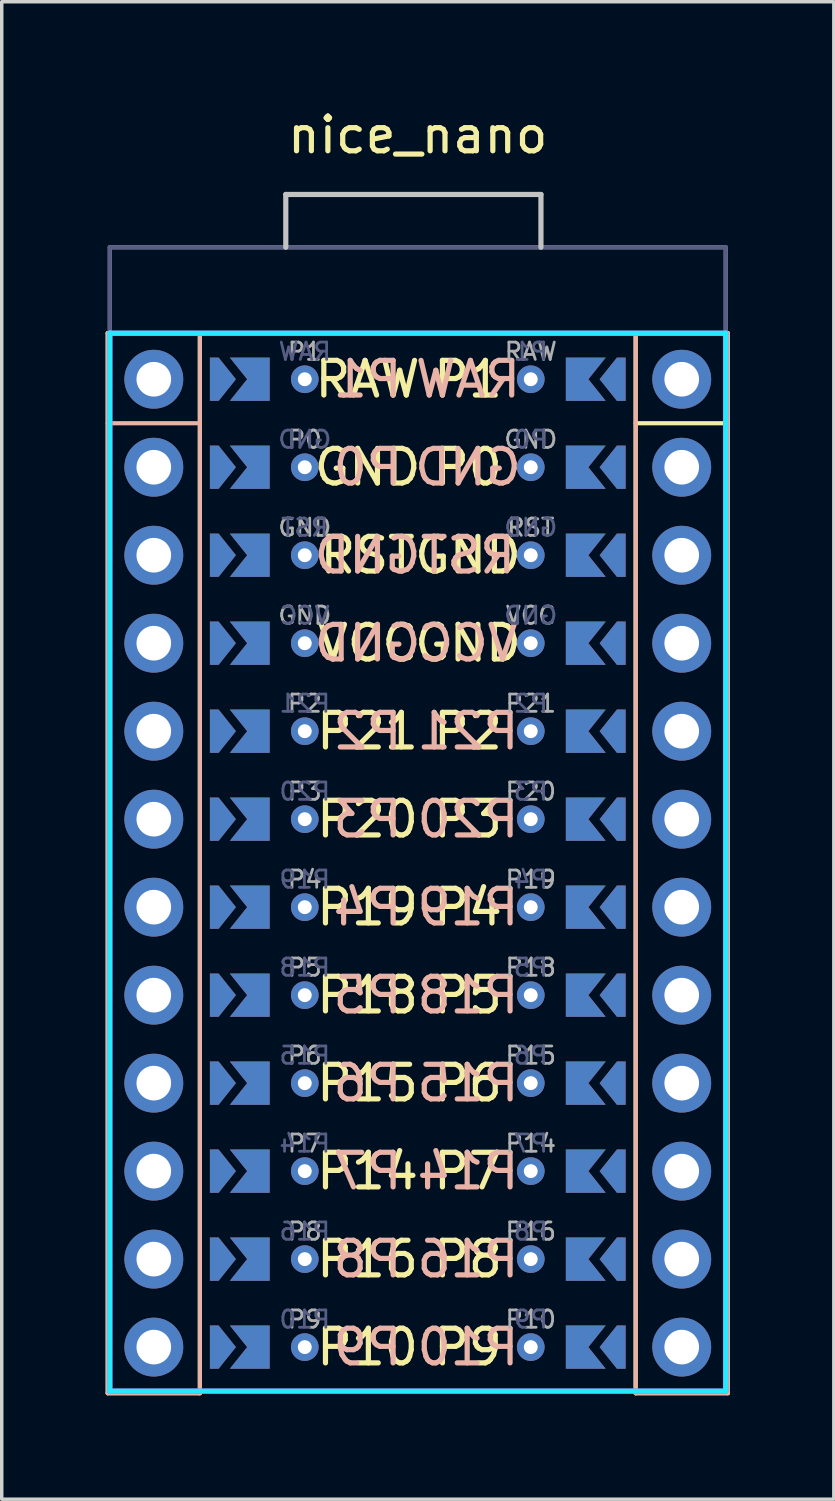
<source format=kicad_pcb>
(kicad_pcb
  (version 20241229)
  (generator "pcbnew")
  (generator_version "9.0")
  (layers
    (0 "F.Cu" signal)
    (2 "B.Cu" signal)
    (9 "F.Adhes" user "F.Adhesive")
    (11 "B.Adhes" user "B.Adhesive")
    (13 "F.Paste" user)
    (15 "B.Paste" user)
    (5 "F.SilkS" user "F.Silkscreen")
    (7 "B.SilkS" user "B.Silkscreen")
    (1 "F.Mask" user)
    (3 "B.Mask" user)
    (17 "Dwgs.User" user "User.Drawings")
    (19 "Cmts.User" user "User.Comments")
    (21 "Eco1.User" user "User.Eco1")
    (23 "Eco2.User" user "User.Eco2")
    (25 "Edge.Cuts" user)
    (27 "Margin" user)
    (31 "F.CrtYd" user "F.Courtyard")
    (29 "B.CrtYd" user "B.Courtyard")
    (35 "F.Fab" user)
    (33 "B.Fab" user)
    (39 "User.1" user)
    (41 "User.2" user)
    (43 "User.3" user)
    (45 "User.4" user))
  (footprint "nice_nano"
    (layer "F.Cu")
    (at 9.01 20.598)
    (property "Reference" "nice_nano" (at 0 -19.75 0) (layer "F.SilkS") (effects (font (size 1 1) (thickness 0.15))))
    (attr through_hole)
    (fp_line (start -8.95 -14.03) (end -8.95 16.57) (stroke (width 0.12) (type solid)) (layer "F.SilkS"))
    (fp_line (start -8.95 -14.03) (end -6.29 -14.03) (stroke (width 0.12) (type solid)) (layer "F.SilkS"))
    (fp_line (start -8.95 16.57) (end -6.29 16.57) (stroke (width 0.12) (type solid)) (layer "F.SilkS"))
    (fp_line (start -6.29 -14.03) (end -6.29 16.57) (stroke (width 0.12) (type solid)) (layer "F.SilkS"))
    (fp_line (start 6.29 -14.03) (end 6.29 16.57) (stroke (width 0.12) (type solid)) (layer "F.SilkS"))
    (fp_line (start 6.29 -14.03) (end 8.95 -14.03) (stroke (width 0.12) (type solid)) (layer "F.SilkS"))
    (fp_line (start 6.29 -11.43) (end 8.95 -11.43) (stroke (width 0.12) (type solid)) (layer "F.SilkS"))
    (fp_line (start 6.29 16.57) (end 8.95 16.57) (stroke (width 0.12) (type solid)) (layer "F.SilkS"))
    (fp_line (start 8.95 -14.03) (end 8.95 16.57) (stroke (width 0.12) (type solid)) (layer "F.SilkS"))
    (fp_line (start -8.95 -14.03) (end -8.95 16.57) (stroke (width 0.12) (type solid)) (layer "B.SilkS"))
    (fp_line (start -8.95 -11.43) (end -6.29 -11.43) (stroke (width 0.12) (type solid)) (layer "B.SilkS"))
    (fp_line (start -6.29 -14.03) (end -8.95 -14.03) (stroke (width 0.12) (type solid)) (layer "B.SilkS"))
    (fp_line (start -6.29 -14.03) (end -6.29 16.57) (stroke (width 0.12) (type solid)) (layer "B.SilkS"))
    (fp_line (start -6.29 16.57) (end -8.95 16.57) (stroke (width 0.12) (type solid)) (layer "B.SilkS"))
    (fp_line (start 6.29 -14.03) (end 6.29 16.57) (stroke (width 0.12) (type solid)) (layer "B.SilkS"))
    (fp_line (start 8.95 -14.03) (end 6.29 -14.03) (stroke (width 0.12) (type solid)) (layer "B.SilkS"))
    (fp_line (start 8.95 -14.03) (end 8.95 16.57) (stroke (width 0.12) (type solid)) (layer "B.SilkS"))
    (fp_line (start 8.95 16.57) (end 6.29 16.57) (stroke (width 0.12) (type solid)) (layer "B.SilkS"))
    (fp_line (start -3.81 -18.034) (end 3.556 -18.034) (stroke (width 0.15) (type solid)) (layer "Dwgs.User"))
    (fp_line (start -3.81 -16.51) (end -3.81 -18.034) (stroke (width 0.15) (type solid)) (layer "Dwgs.User"))
    (fp_line (start 3.556 -18.034) (end 3.556 -16.51) (stroke (width 0.15) (type solid)) (layer "Dwgs.User"))
    (fp_line (start -8.89 -14.03) (end 8.89 -14.03) (stroke (width 0.15) (type solid)) (layer "B.CrtYd"))
    (fp_line (start -8.89 16.51) (end -8.89 -14.03) (stroke (width 0.15) (type solid)) (layer "B.CrtYd"))
    (fp_line (start 8.89 -14.03) (end 8.89 16.51) (stroke (width 0.15) (type solid)) (layer "B.CrtYd"))
    (fp_line (start 8.89 16.51) (end -8.89 16.51) (stroke (width 0.15) (type solid)) (layer "B.CrtYd"))
    (fp_line (start -8.89 -14.03) (end -8.89 16.51) (stroke (width 0.15) (type solid)) (layer "F.CrtYd"))
    (fp_line (start -8.89 16.51) (end 8.89 16.51) (stroke (width 0.15) (type solid)) (layer "F.CrtYd"))
    (fp_line (start 8.89 -14.03) (end -8.89 -14.03) (stroke (width 0.15) (type solid)) (layer "F.CrtYd"))
    (fp_line (start 8.89 16.51) (end 8.89 -14.03) (stroke (width 0.15) (type solid)) (layer "F.CrtYd"))
    (fp_line (start -8.89 -16.51) (end 8.89 -16.51) (stroke (width 0.12) (type solid)) (layer "B.Fab"))
    (fp_line (start -8.89 -16.5) (end -8.89 -13.99) (stroke (width 0.12) (type solid)) (layer "B.Fab"))
    (fp_line (start 8.89 -16.51) (end 8.89 -14) (stroke (width 0.12) (type solid)) (layer "B.Fab"))
    (fp_line (start -8.89 -16.51) (end -8.89 -14) (stroke (width 0.12) (type solid)) (layer "F.Fab"))
    (fp_line (start -8.89 -16.51) (end 8.89 -16.51) (stroke (width 0.12) (type solid)) (layer "F.Fab"))
    (fp_line (start 8.89 -16.51) (end 8.89 -14) (stroke (width 0.12) (type solid)) (layer "F.Fab"))
    (fp_text user "P6" (at 1.45 7.62 0) (layer "F.SilkS") (effects (font (size 1 1) (thickness 0.15))))
    (fp_text user "RST" (at -1.45 -7.62 0) (layer "F.SilkS") (effects (font (size 1 1) (thickness 0.15))))
    (fp_text user "P1" (at 1.45 -12.7 0) (layer "F.SilkS") (effects (font (size 1 1) (thickness 0.15))))
    (fp_text user "RAW" (at -1.45 -12.7 0) (layer "F.SilkS") (effects (font (size 1 1) (thickness 0.15))))
    (fp_text user "VCC" (at -1.45 -5.08 0) (layer "F.SilkS") (effects (font (size 1 1) (thickness 0.15))))
    (fp_text user "P4" (at 1.45 2.54 0) (layer "F.SilkS") (effects (font (size 1 1) (thickness 0.15))))
    (fp_text user "P15" (at -1.45 7.62 0) (layer "F.SilkS") (effects (font (size 1 1) (thickness 0.15))))
    (fp_text user "P14" (at -1.45 10.16 0) (layer "F.SilkS") (effects (font (size 1 1) (thickness 0.15))))
    (fp_text user "GND" (at 1.45 -5.08 0) (layer "F.SilkS") (effects (font (size 1 1) (thickness 0.15))))
    (fp_text user "P7" (at 1.45 10.16 0) (layer "F.SilkS") (effects (font (size 1 1) (thickness 0.15))))
    (fp_text user "P3" (at 1.45 0 0) (layer "F.SilkS") (effects (font (size 1 1) (thickness 0.15))))
    (fp_text user "P10" (at -1.45 15.24 0) (layer "F.SilkS") (effects (font (size 1 1) (thickness 0.15))))
    (fp_text user "" (at -1.45 1.27 270) (layer "F.SilkS") (effects (font (size 1.27 1.27) (thickness 0.15))))
    (fp_text user "P5" (at 1.45 5.08 0) (layer "F.SilkS") (effects (font (size 1 1) (thickness 0.15))))
    (fp_text user "GND" (at -1.45 -10.16 0) (layer "F.SilkS") (effects (font (size 1 1) (thickness 0.15))))
    (fp_text user "P9" (at 1.45 15.24 0) (layer "F.SilkS") (effects (font (size 1 1) (thickness 0.15))))
    (fp_text user "P19" (at -1.45 2.54 0) (layer "F.SilkS") (effects (font (size 1 1) (thickness 0.15))))
    (fp_text user "P2" (at 1.45 -2.54 0) (layer "F.SilkS") (effects (font (size 1 1) (thickness 0.15))))
    (fp_text user "P18" (at -1.45 5.08 0) (layer "F.SilkS") (effects (font (size 1 1) (thickness 0.15))))
    (fp_text user "P8" (at 1.45 12.7 0) (layer "F.SilkS") (effects (font (size 1 1) (thickness 0.15))))
    (fp_text user "P16" (at -1.45 12.7 0) (layer "F.SilkS") (effects (font (size 1 1) (thickness 0.15))))
    (fp_text user "GND" (at 1.45 -7.62 0) (layer "F.SilkS") (effects (font (size 1 1) (thickness 0.15))))
    (fp_text user "P21" (at -1.45 -2.54 0) (layer "F.SilkS") (effects (font (size 1 1) (thickness 0.15))))
    (fp_text user "P20" (at -1.45 0 0) (layer "F.SilkS") (effects (font (size 1 1) (thickness 0.15))))
    (fp_text user "P0" (at 1.45 -10.16 0) (layer "F.SilkS") (effects (font (size 1 1) (thickness 0.15))))
    (fp_text user "P10" (at 1.45 15.24 180) (layer "B.SilkS") (effects (font (size 1 1) (thickness 0.15)) (justify mirror)))
    (fp_text user "VCC" (at 1.45 -5.08 180) (layer "B.SilkS") (effects (font (size 1 1) (thickness 0.15)) (justify mirror)))
    (fp_text user "P16" (at 1.45 12.7 180) (layer "B.SilkS") (effects (font (size 1 1) (thickness 0.15)) (justify mirror)))
    (fp_text user "RST" (at 1.45 -7.62 180) (layer "B.SilkS") (effects (font (size 1 1) (thickness 0.15)) (justify mirror)))
    (fp_text user "P19" (at 1.45 2.54 180) (layer "B.SilkS") (effects (font (size 1 1) (thickness 0.15)) (justify mirror)))
    (fp_text user "P6" (at -1.45 7.62 180) (layer "B.SilkS") (effects (font (size 1 1) (thickness 0.15)) (justify mirror)))
    (fp_text user "P14" (at 1.45 10.16 180) (layer "B.SilkS") (effects (font (size 1 1) (thickness 0.15)) (justify mirror)))
    (fp_text user "P3" (at -1.45 0 180) (layer "B.SilkS") (effects (font (size 1 1) (thickness 0.15)) (justify mirror)))
    (fp_text user "P9" (at -1.45 15.24 180) (layer "B.SilkS") (effects (font (size 1 1) (thickness 0.15)) (justify mirror)))
    (fp_text user "GND" (at 1.45 -10.16 180) (layer "B.SilkS") (effects (font (size 1 1) (thickness 0.15)) (justify mirror)))
    (fp_text user "" (at 1.45 1.27 270) (layer "B.SilkS") (effects (font (size 1.27 1.27) (thickness 0.15)) (justify mirror)))
    (fp_text user "P0" (at -1.45 -10.16 180) (layer "B.SilkS") (effects (font (size 1 1) (thickness 0.15)) (justify mirror)))
    (fp_text user "P21" (at 1.45 -2.54 180) (layer "B.SilkS") (effects (font (size 1 1) (thickness 0.15)) (justify mirror)))
    (fp_text user "GND" (at -1.45 -7.62 0) (layer "B.SilkS") (effects (font (size 1 1) (thickness 0.15)) (justify mirror)))
    (fp_text user "P2" (at -1.45 -2.54 180) (layer "B.SilkS") (effects (font (size 1 1) (thickness 0.15)) (justify mirror)))
    (fp_text user "P4" (at -1.45 2.54 180) (layer "B.SilkS") (effects (font (size 1 1) (thickness 0.15)) (justify mirror)))
    (fp_text user "P5" (at -1.45 5.08 180) (layer "B.SilkS") (effects (font (size 1 1) (thickness 0.15)) (justify mirror)))
    (fp_text user "P8" (at -1.45 12.7 180) (layer "B.SilkS") (effects (font (size 1 1) (thickness 0.15)) (justify mirror)))
    (fp_text user "RAW" (at 1.45 -12.7 180) (layer "B.SilkS") (effects (font (size 1 1) (thickness 0.15)) (justify mirror)))
    (fp_text user "P1" (at -1.45 -12.7 180) (layer "B.SilkS") (effects (font (size 1 1) (thickness 0.15)) (justify mirror)))
    (fp_text user "P20" (at 1.45 0 180) (layer "B.SilkS") (effects (font (size 1 1) (thickness 0.15)) (justify mirror)))
    (fp_text user "P7" (at -1.45 10.16 180) (layer "B.SilkS") (effects (font (size 1 1) (thickness 0.15)) (justify mirror)))
    (fp_text user "P18" (at 1.45 5.08 180) (layer "B.SilkS") (effects (font (size 1 1) (thickness 0.15)) (justify mirror)))
    (fp_text user "GND" (at -1.45 -5.08 0) (layer "B.SilkS") (effects (font (size 1 1) (thickness 0.15)) (justify mirror)))
    (fp_text user "P15" (at 1.45 7.62 180) (layer "B.SilkS") (effects (font (size 1 1) (thickness 0.15)) (justify mirror)))
    (fp_text user "VCC" (at -3.262 -5.88 180) (layer "B.Fab") (effects (font (size 0.5 0.5) (thickness 0.08)) (justify mirror)))
    (fp_text user "GND" (at 3.262 -5.88 180) (layer "B.Fab") (effects (font (size 0.5 0.5) (thickness 0.08)) (justify mirror)))
    (fp_text user "P9" (at 3.262 14.44 180) (layer "B.Fab") (effects (font (size 0.5 0.5) (thickness 0.08)) (justify mirror)))
    (fp_text user "P15" (at -3.262 6.82 180) (layer "B.Fab") (effects (font (size 0.5 0.5) (thickness 0.08)) (justify mirror)))
    (fp_text user "P4" (at 3.262 1.74 180) (layer "B.Fab") (effects (font (size 0.5 0.5) (thickness 0.08)) (justify mirror)))
    (fp_text user "P8" (at 3.262 11.9 180) (layer "B.Fab") (effects (font (size 0.5 0.5) (thickness 0.08)) (justify mirror)))
    (fp_text user "P2" (at 3.262 -3.34 180) (layer "B.Fab") (effects (font (size 0.5 0.5) (thickness 0.08)) (justify mirror)))
    (fp_text user "P14" (at -3.262 9.36 180) (layer "B.Fab") (effects (font (size 0.5 0.5) (thickness 0.08)) (justify mirror)))
    (fp_text user "GND" (at 3.262 -8.42 180) (layer "B.Fab") (effects (font (size 0.5 0.5) (thickness 0.08)) (justify mirror)))
    (fp_text user "RST" (at -3.262 -8.42 180) (layer "B.Fab") (effects (font (size 0.5 0.5) (thickness 0.08)) (justify mirror)))
    (fp_text user "P21" (at -3.262 -3.34 180) (layer "B.Fab") (effects (font (size 0.5 0.5) (thickness 0.08)) (justify mirror)))
    (fp_text user "RAW" (at -3.262 -13.5 180) (layer "B.Fab") (effects (font (size 0.5 0.5) (thickness 0.08)) (justify mirror)))
    (fp_text user "GND" (at -3.262 -10.96 180) (layer "B.Fab") (effects (font (size 0.5 0.5) (thickness 0.08)) (justify mirror)))
    (fp_text user "P0" (at 3.262 -10.96 180) (layer "B.Fab") (effects (font (size 0.5 0.5) (thickness 0.08)) (justify mirror)))
    (fp_text user "P10" (at -3.262 14.44 180) (layer "B.Fab") (effects (font (size 0.5 0.5) (thickness 0.08)) (justify mirror)))
    (fp_text user "P7" (at 3.262 9.36 180) (layer "B.Fab") (effects (font (size 0.5 0.5) (thickness 0.08)) (justify mirror)))
    (fp_text user "P6" (at 3.262 6.82 180) (layer "B.Fab") (effects (font (size 0.5 0.5) (thickness 0.08)) (justify mirror)))
    (fp_text user "P16" (at -3.262 11.9 180) (layer "B.Fab") (effects (font (size 0.5 0.5) (thickness 0.08)) (justify mirror)))
    (fp_text user "P3" (at 3.262 -0.8 180) (layer "B.Fab") (effects (font (size 0.5 0.5) (thickness 0.08)) (justify mirror)))
    (fp_text user "P19" (at -3.262 1.74 180) (layer "B.Fab") (effects (font (size 0.5 0.5) (thickness 0.08)) (justify mirror)))
    (fp_text user "P1" (at 3.262 -13.5 180) (layer "B.Fab") (effects (font (size 0.5 0.5) (thickness 0.08)) (justify mirror)))
    (fp_text user "P18" (at -3.262 4.28 180) (layer "B.Fab") (effects (font (size 0.5 0.5) (thickness 0.08)) (justify mirror)))
    (fp_text user "P5" (at 3.262 4.28 180) (layer "B.Fab") (effects (font (size 0.5 0.5) (thickness 0.08)) (justify mirror)))
    (fp_text user "P20" (at -3.262 -0.8 180) (layer "B.Fab") (effects (font (size 0.5 0.5) (thickness 0.08)) (justify mirror)))
    (fp_text user "P6" (at -3.262 6.82 0) (layer "F.Fab") (effects (font (size 0.5 0.5) (thickness 0.08))))
    (fp_text user "GND" (at 3.262 -10.96 0) (layer "F.Fab") (effects (font (size 0.5 0.5) (thickness 0.08))))
    (fp_text user "RAW" (at 3.262 -13.5 0) (layer "F.Fab") (effects (font (size 0.5 0.5) (thickness 0.08))))
    (fp_text user "P20" (at 3.262 -0.8 0) (layer "F.Fab") (effects (font (size 0.5 0.5) (thickness 0.08))))
    (fp_text user "P7" (at -3.262 9.36 0) (layer "F.Fab") (effects (font (size 0.5 0.5) (thickness 0.08))))
    (fp_text user "P15" (at 3.262 6.82 0) (layer "F.Fab") (effects (font (size 0.5 0.5) (thickness 0.08))))
    (fp_text user "GND" (at -3.262 -5.88 0) (layer "F.Fab") (effects (font (size 0.5 0.5) (thickness 0.08))))
    (fp_text user "P19" (at 3.262 1.74 0) (layer "F.Fab") (effects (font (size 0.5 0.5) (thickness 0.08))))
    (fp_text user "P4" (at -3.262 1.74 0) (layer "F.Fab") (effects (font (size 0.5 0.5) (thickness 0.08))))
    (fp_text user "P1" (at -3.262 -13.5 0) (layer "F.Fab") (effects (font (size 0.5 0.5) (thickness 0.08))))
    (fp_text user "P10" (at 3.262 14.44 0) (layer "F.Fab") (effects (font (size 0.5 0.5) (thickness 0.08))))
    (fp_text user "RST" (at 3.262 -8.42 0) (layer "F.Fab") (effects (font (size 0.5 0.5) (thickness 0.08))))
    (fp_text user "P0" (at -3.262 -10.96 0) (layer "F.Fab") (effects (font (size 0.5 0.5) (thickness 0.08))))
    (fp_text user "P18" (at 3.262 4.28 0) (layer "F.Fab") (effects (font (size 0.5 0.5) (thickness 0.08))))
    (fp_text user "P16" (at 3.262 11.9 0) (layer "F.Fab") (effects (font (size 0.5 0.5) (thickness 0.08))))
    (fp_text user "VCC" (at 3.262 -5.88 0) (layer "F.Fab") (effects (font (size 0.5 0.5) (thickness 0.08))))
    (fp_text user "GND" (at -3.262 -8.42 0) (layer "F.Fab") (effects (font (size 0.5 0.5) (thickness 0.08))))
    (fp_text user "P5" (at -3.262 4.28 0) (layer "F.Fab") (effects (font (size 0.5 0.5) (thickness 0.08))))
    (fp_text user "P9" (at -3.262 14.44 0) (layer "F.Fab") (effects (font (size 0.5 0.5) (thickness 0.08))))
    (fp_text user "P3" (at -3.262 -0.8 0) (layer "F.Fab") (effects (font (size 0.5 0.5) (thickness 0.08))))
    (fp_text user "P8" (at -3.262 11.9 0) (layer "F.Fab") (effects (font (size 0.5 0.5) (thickness 0.08))))
    (fp_text user "P2" (at -3.262 -3.34 0) (layer "F.Fab") (effects (font (size 0.5 0.5) (thickness 0.08))))
    (fp_text user "P21" (at 3.262 -3.34 0) (layer "F.Fab") (effects (font (size 0.5 0.5) (thickness 0.08))))
    (fp_text user "P14" (at 3.262 9.36 0) (layer "F.Fab") (effects (font (size 0.5 0.5) (thickness 0.08))))
    (pad "1" smd custom (at 5.5 -12.7 180) (size 0.2 0.2) (layers "F.Cu" "F.Mask") (options (anchor rect)) (primitives (gr_poly (pts (xy -0.5 -0.625) (xy -0.25 -0.625) (xy 0.25 0) (xy -0.25 0.625) (xy -0.5 0.625)) (width 0) (fill yes))))
    (pad "1" smd custom (at 5.5 -12.7 180) (size 0.2 0.2) (layers "B.Cu" "B.Mask") (options (anchor rect)) (primitives (gr_poly (pts (xy -0.5 0.625) (xy -0.25 0.625) (xy 0.25 0) (xy -0.25 -0.625) (xy -0.5 -0.625)) (width 0) (fill yes))))
    (pad "1" thru_hole circle (at 7.62 -12.7) (size 1.7 1.7) (drill 1) (layers "*.Cu" "*.Mask"))
    (pad "2" smd custom (at 5.5 -10.16 180) (size 0.2 0.2) (layers "F.Cu" "F.Mask") (options (anchor rect)) (primitives (gr_poly (pts (xy -0.5 -0.625) (xy -0.25 -0.625) (xy 0.25 0) (xy -0.25 0.625) (xy -0.5 0.625)) (width 0) (fill yes))))
    (pad "2" smd custom (at 5.5 -10.16 180) (size 0.2 0.2) (layers "B.Cu" "B.Mask") (options (anchor rect)) (primitives (gr_poly (pts (xy -0.5 0.625) (xy -0.25 0.625) (xy 0.25 0) (xy -0.25 -0.625) (xy -0.5 -0.625)) (width 0) (fill yes))))
    (pad "2" thru_hole oval (at 7.62 -10.16) (size 1.7 1.7) (drill 1) (layers "*.Cu" "*.Mask"))
    (pad "3" smd custom (at 5.5 -7.62 180) (size 0.2 0.2) (layers "F.Cu" "F.Mask") (options (anchor rect)) (primitives (gr_poly (pts (xy -0.5 -0.625) (xy -0.25 -0.625) (xy 0.25 0) (xy -0.25 0.625) (xy -0.5 0.625)) (width 0) (fill yes))))
    (pad "3" smd custom (at 5.5 -7.62 180) (size 0.2 0.2) (layers "B.Cu" "B.Mask") (options (anchor rect)) (primitives (gr_poly (pts (xy -0.5 0.625) (xy -0.25 0.625) (xy 0.25 0) (xy -0.25 -0.625) (xy -0.5 -0.625)) (width 0) (fill yes))))
    (pad "3" thru_hole oval (at 7.62 -7.62) (size 1.7 1.7) (drill 1) (layers "*.Cu" "*.Mask"))
    (pad "4" smd custom (at 5.5 -5.08 180) (size 0.2 0.2) (layers "F.Cu" "F.Mask") (options (anchor rect)) (primitives (gr_poly (pts (xy -0.5 -0.625) (xy -0.25 -0.625) (xy 0.25 0) (xy -0.25 0.625) (xy -0.5 0.625)) (width 0) (fill yes))))
    (pad "4" smd custom (at 5.5 -5.08 180) (size 0.2 0.2) (layers "B.Cu" "B.Mask") (options (anchor rect)) (primitives (gr_poly (pts (xy -0.5 0.625) (xy -0.25 0.625) (xy 0.25 0) (xy -0.25 -0.625) (xy -0.5 -0.625)) (width 0) (fill yes))))
    (pad "4" thru_hole oval (at 7.62 -5.08) (size 1.7 1.7) (drill 1) (layers "*.Cu" "*.Mask"))
    (pad "5" smd custom (at 5.5 -2.54 180) (size 0.2 0.2) (layers "F.Cu" "F.Mask") (options (anchor rect)) (primitives (gr_poly (pts (xy -0.5 -0.625) (xy -0.25 -0.625) (xy 0.25 0) (xy -0.25 0.625) (xy -0.5 0.625)) (width 0) (fill yes))))
    (pad "5" smd custom (at 5.5 -2.54 180) (size 0.2 0.2) (layers "B.Cu" "B.Mask") (options (anchor rect)) (primitives (gr_poly (pts (xy -0.5 0.625) (xy -0.25 0.625) (xy 0.25 0) (xy -0.25 -0.625) (xy -0.5 -0.625)) (width 0) (fill yes))))
    (pad "5" thru_hole oval (at 7.62 -2.54) (size 1.7 1.7) (drill 1) (layers "*.Cu" "*.Mask"))
    (pad "6" smd custom (at 5.5 0 180) (size 0.2 0.2) (layers "F.Cu" "F.Mask") (options (anchor rect)) (primitives (gr_poly (pts (xy -0.5 -0.625) (xy -0.25 -0.625) (xy 0.25 0) (xy -0.25 0.625) (xy -0.5 0.625)) (width 0) (fill yes))))
    (pad "6" smd custom (at 5.5 0 180) (size 0.2 0.2) (layers "B.Cu" "B.Mask") (options (anchor rect)) (primitives (gr_poly (pts (xy -0.5 0.625) (xy -0.25 0.625) (xy 0.25 0) (xy -0.25 -0.625) (xy -0.5 -0.625)) (width 0) (fill yes))))
    (pad "6" thru_hole oval (at 7.62 0) (size 1.7 1.7) (drill 1) (layers "*.Cu" "*.Mask"))
    (pad "7" smd custom (at 5.5 2.54 180) (size 0.2 0.2) (layers "F.Cu" "F.Mask") (options (anchor rect)) (primitives (gr_poly (pts (xy -0.5 -0.625) (xy -0.25 -0.625) (xy 0.25 0) (xy -0.25 0.625) (xy -0.5 0.625)) (width 0) (fill yes))))
    (pad "7" smd custom (at 5.5 2.54 180) (size 0.2 0.2) (layers "B.Cu" "B.Mask") (options (anchor rect)) (primitives (gr_poly (pts (xy -0.5 0.625) (xy -0.25 0.625) (xy 0.25 0) (xy -0.25 -0.625) (xy -0.5 -0.625)) (width 0) (fill yes))))
    (pad "7" thru_hole oval (at 7.62 2.54) (size 1.7 1.7) (drill 1) (layers "*.Cu" "*.Mask"))
    (pad "8" smd custom (at 5.5 5.08 180) (size 0.2 0.2) (layers "F.Cu" "F.Mask") (options (anchor rect)) (primitives (gr_poly (pts (xy -0.5 -0.625) (xy -0.25 -0.625) (xy 0.25 0) (xy -0.25 0.625) (xy -0.5 0.625)) (width 0) (fill yes))))
    (pad "8" smd custom (at 5.5 5.08 180) (size 0.2 0.2) (layers "B.Cu" "B.Mask") (options (anchor rect)) (primitives (gr_poly (pts (xy -0.5 0.625) (xy -0.25 0.625) (xy 0.25 0) (xy -0.25 -0.625) (xy -0.5 -0.625)) (width 0) (fill yes))))
    (pad "8" thru_hole oval (at 7.62 5.08) (size 1.7 1.7) (drill 1) (layers "*.Cu" "*.Mask"))
    (pad "9" smd custom (at 5.5 7.62 180) (size 0.2 0.2) (layers "F.Cu" "F.Mask") (options (anchor rect)) (primitives (gr_poly (pts (xy -0.5 -0.625) (xy -0.25 -0.625) (xy 0.25 0) (xy -0.25 0.625) (xy -0.5 0.625)) (width 0) (fill yes))))
    (pad "9" smd custom (at 5.5 7.62 180) (size 0.2 0.2) (layers "B.Cu" "B.Mask") (options (anchor rect)) (primitives (gr_poly (pts (xy -0.5 0.625) (xy -0.25 0.625) (xy 0.25 0) (xy -0.25 -0.625) (xy -0.5 -0.625)) (width 0) (fill yes))))
    (pad "9" thru_hole oval (at 7.62 7.62) (size 1.7 1.7) (drill 1) (layers "*.Cu" "*.Mask"))
    (pad "10" smd custom (at 5.5 10.16 180) (size 0.2 0.2) (layers "F.Cu" "F.Mask") (options (anchor rect)) (primitives (gr_poly (pts (xy -0.5 -0.625) (xy -0.25 -0.625) (xy 0.25 0) (xy -0.25 0.625) (xy -0.5 0.625)) (width 0) (fill yes))))
    (pad "10" smd custom (at 5.5 10.16 180) (size 0.2 0.2) (layers "B.Cu" "B.Mask") (options (anchor rect)) (primitives (gr_poly (pts (xy -0.5 0.625) (xy -0.25 0.625) (xy 0.25 0) (xy -0.25 -0.625) (xy -0.5 -0.625)) (width 0) (fill yes))))
    (pad "10" thru_hole oval (at 7.62 10.16) (size 1.7 1.7) (drill 1) (layers "*.Cu" "*.Mask"))
    (pad "11" smd custom (at 5.5 12.7 180) (size 0.2 0.2) (layers "F.Cu" "F.Mask") (options (anchor rect)) (primitives (gr_poly (pts (xy -0.5 -0.625) (xy -0.25 -0.625) (xy 0.25 0) (xy -0.25 0.625) (xy -0.5 0.625)) (width 0) (fill yes))))
    (pad "11" smd custom (at 5.5 12.7 180) (size 0.2 0.2) (layers "B.Cu" "B.Mask") (options (anchor rect)) (primitives (gr_poly (pts (xy -0.5 0.625) (xy -0.25 0.625) (xy 0.25 0) (xy -0.25 -0.625) (xy -0.5 -0.625)) (width 0) (fill yes))))
    (pad "11" thru_hole oval (at 7.62 12.7) (size 1.7 1.7) (drill 1) (layers "*.Cu" "*.Mask"))
    (pad "12" smd custom (at 5.5 15.24 180) (size 0.2 0.2) (layers "F.Cu" "F.Mask") (options (anchor rect)) (primitives (gr_poly (pts (xy -0.5 -0.625) (xy -0.25 -0.625) (xy 0.25 0) (xy -0.25 0.625) (xy -0.5 0.625)) (width 0) (fill yes))))
    (pad "12" smd custom (at 5.5 15.24 180) (size 0.2 0.2) (layers "B.Cu" "B.Mask") (options (anchor rect)) (primitives (gr_poly (pts (xy -0.5 0.625) (xy -0.25 0.625) (xy 0.25 0) (xy -0.25 -0.625) (xy -0.5 -0.625)) (width 0) (fill yes))))
    (pad "12" thru_hole oval (at 7.62 15.24) (size 1.7 1.7) (drill 1) (layers "*.Cu" "*.Mask"))
    (pad "13" thru_hole oval (at -7.62 15.24) (size 1.7 1.7) (drill 1) (layers "*.Cu" "*.Mask"))
    (pad "13" smd custom (at -5.5 15.24) (size 0.2 0.2) (layers "F.Cu" "F.Mask") (options (anchor rect)) (primitives (gr_poly (pts (xy -0.5 -0.625) (xy -0.25 -0.625) (xy 0.25 0) (xy -0.25 0.625) (xy -0.5 0.625)) (width 0) (fill yes))))
    (pad "13" smd custom (at -5.5 15.24) (size 0.2 0.2) (layers "B.Cu" "B.Mask") (options (anchor rect)) (primitives (gr_poly (pts (xy -0.5 0.625) (xy -0.25 0.625) (xy 0.25 0) (xy -0.25 -0.625) (xy -0.5 -0.625)) (width 0) (fill yes))))
    (pad "14" thru_hole oval (at -7.62 12.7) (size 1.7 1.7) (drill 1) (layers "*.Cu" "*.Mask"))
    (pad "14" smd custom (at -5.5 12.7) (size 0.2 0.2) (layers "F.Cu" "F.Mask") (options (anchor rect)) (primitives (gr_poly (pts (xy -0.5 -0.625) (xy -0.25 -0.625) (xy 0.25 0) (xy -0.25 0.625) (xy -0.5 0.625)) (width 0) (fill yes))))
    (pad "14" smd custom (at -5.5 12.7) (size 0.2 0.2) (layers "B.Cu" "B.Mask") (options (anchor rect)) (primitives (gr_poly (pts (xy -0.5 0.625) (xy -0.25 0.625) (xy 0.25 0) (xy -0.25 -0.625) (xy -0.5 -0.625)) (width 0) (fill yes))))
    (pad "15" thru_hole oval (at -7.62 10.16) (size 1.7 1.7) (drill 1) (layers "*.Cu" "*.Mask"))
    (pad "15" smd custom (at -5.5 10.16) (size 0.2 0.2) (layers "F.Cu" "F.Mask") (options (anchor rect)) (primitives (gr_poly (pts (xy -0.5 -0.625) (xy -0.25 -0.625) (xy 0.25 0) (xy -0.25 0.625) (xy -0.5 0.625)) (width 0) (fill yes))))
    (pad "15" smd custom (at -5.5 10.16) (size 0.2 0.2) (layers "B.Cu" "B.Mask") (options (anchor rect)) (primitives (gr_poly (pts (xy -0.5 0.625) (xy -0.25 0.625) (xy 0.25 0) (xy -0.25 -0.625) (xy -0.5 -0.625)) (width 0) (fill yes))))
    (pad "16" thru_hole oval (at -7.62 7.62) (size 1.7 1.7) (drill 1) (layers "*.Cu" "*.Mask"))
    (pad "16" smd custom (at -5.5 7.62) (size 0.2 0.2) (layers "F.Cu" "F.Mask") (options (anchor rect)) (primitives (gr_poly (pts (xy -0.5 -0.625) (xy -0.25 -0.625) (xy 0.25 0) (xy -0.25 0.625) (xy -0.5 0.625)) (width 0) (fill yes))))
    (pad "16" smd custom (at -5.5 7.62) (size 0.2 0.2) (layers "B.Cu" "B.Mask") (options (anchor rect)) (primitives (gr_poly (pts (xy -0.5 0.625) (xy -0.25 0.625) (xy 0.25 0) (xy -0.25 -0.625) (xy -0.5 -0.625)) (width 0) (fill yes))))
    (pad "17" thru_hole oval (at -7.62 5.08) (size 1.7 1.7) (drill 1) (layers "*.Cu" "*.Mask"))
    (pad "17" smd custom (at -5.5 5.08) (size 0.2 0.2) (layers "F.Cu" "F.Mask") (options (anchor rect)) (primitives (gr_poly (pts (xy -0.5 -0.625) (xy -0.25 -0.625) (xy 0.25 0) (xy -0.25 0.625) (xy -0.5 0.625)) (width 0) (fill yes))))
    (pad "17" smd custom (at -5.5 5.08) (size 0.2 0.2) (layers "B.Cu" "B.Mask") (options (anchor rect)) (primitives (gr_poly (pts (xy -0.5 0.625) (xy -0.25 0.625) (xy 0.25 0) (xy -0.25 -0.625) (xy -0.5 -0.625)) (width 0) (fill yes))))
    (pad "18" thru_hole oval (at -7.62 2.54) (size 1.7 1.7) (drill 1) (layers "*.Cu" "*.Mask"))
    (pad "18" smd custom (at -5.5 2.54) (size 0.2 0.2) (layers "F.Cu" "F.Mask") (options (anchor rect)) (primitives (gr_poly (pts (xy -0.5 -0.625) (xy -0.25 -0.625) (xy 0.25 0) (xy -0.25 0.625) (xy -0.5 0.625)) (width 0) (fill yes))))
    (pad "18" smd custom (at -5.5 2.54) (size 0.2 0.2) (layers "B.Cu" "B.Mask") (options (anchor rect)) (primitives (gr_poly (pts (xy -0.5 0.625) (xy -0.25 0.625) (xy 0.25 0) (xy -0.25 -0.625) (xy -0.5 -0.625)) (width 0) (fill yes))))
    (pad "19" thru_hole oval (at -7.62 0) (size 1.7 1.7) (drill 1) (layers "*.Cu" "*.Mask"))
    (pad "19" smd custom (at -5.5 0) (size 0.2 0.2) (layers "F.Cu" "F.Mask") (options (anchor rect)) (primitives (gr_poly (pts (xy -0.5 -0.625) (xy -0.25 -0.625) (xy 0.25 0) (xy -0.25 0.625) (xy -0.5 0.625)) (width 0) (fill yes))))
    (pad "19" smd custom (at -5.5 0) (size 0.2 0.2) (layers "B.Cu" "B.Mask") (options (anchor rect)) (primitives (gr_poly (pts (xy -0.5 0.625) (xy -0.25 0.625) (xy 0.25 0) (xy -0.25 -0.625) (xy -0.5 -0.625)) (width 0) (fill yes))))
    (pad "20" thru_hole oval (at -7.62 -2.54) (size 1.7 1.7) (drill 1) (layers "*.Cu" "*.Mask"))
    (pad "20" smd custom (at -5.5 -2.54) (size 0.2 0.2) (layers "F.Cu" "F.Mask") (options (anchor rect)) (primitives (gr_poly (pts (xy -0.5 -0.625) (xy -0.25 -0.625) (xy 0.25 0) (xy -0.25 0.625) (xy -0.5 0.625)) (width 0) (fill yes))))
    (pad "20" smd custom (at -5.5 -2.54) (size 0.2 0.2) (layers "B.Cu" "B.Mask") (options (anchor rect)) (primitives (gr_poly (pts (xy -0.5 0.625) (xy -0.25 0.625) (xy 0.25 0) (xy -0.25 -0.625) (xy -0.5 -0.625)) (width 0) (fill yes))))
    (pad "21" thru_hole oval (at -7.62 -5.08) (size 1.7 1.7) (drill 1) (layers "*.Cu" "*.Mask"))
    (pad "21" smd custom (at -5.5 -5.08) (size 0.2 0.2) (layers "F.Cu" "F.Mask") (options (anchor rect)) (primitives (gr_poly (pts (xy -0.5 -0.625) (xy -0.25 -0.625) (xy 0.25 0) (xy -0.25 0.625) (xy -0.5 0.625)) (width 0) (fill yes))))
    (pad "21" smd custom (at -5.5 -5.08) (size 0.2 0.2) (layers "B.Cu" "B.Mask") (options (anchor rect)) (primitives (gr_poly (pts (xy -0.5 0.625) (xy -0.25 0.625) (xy 0.25 0) (xy -0.25 -0.625) (xy -0.5 -0.625)) (width 0) (fill yes))))
    (pad "22" thru_hole oval (at -7.62 -7.62) (size 1.7 1.7) (drill 1) (layers "*.Cu" "*.Mask"))
    (pad "22" smd custom (at -5.5 -7.62) (size 0.2 0.2) (layers "F.Cu" "F.Mask") (options (anchor rect)) (primitives (gr_poly (pts (xy -0.5 -0.625) (xy -0.25 -0.625) (xy 0.25 0) (xy -0.25 0.625) (xy -0.5 0.625)) (width 0) (fill yes))))
    (pad "22" smd custom (at -5.5 -7.62) (size 0.2 0.2) (layers "B.Cu" "B.Mask") (options (anchor rect)) (primitives (gr_poly (pts (xy -0.5 0.625) (xy -0.25 0.625) (xy 0.25 0) (xy -0.25 -0.625) (xy -0.5 -0.625)) (width 0) (fill yes))))
    (pad "23" thru_hole oval (at -7.62 -10.16) (size 1.7 1.7) (drill 1) (layers "*.Cu" "*.Mask"))
    (pad "23" smd custom (at -5.5 -10.16) (size 0.2 0.2) (layers "F.Cu" "F.Mask") (options (anchor rect)) (primitives (gr_poly (pts (xy -0.5 -0.625) (xy -0.25 -0.625) (xy 0.25 0) (xy -0.25 0.625) (xy -0.5 0.625)) (width 0) (fill yes))))
    (pad "23" smd custom (at -5.5 -10.16) (size 0.2 0.2) (layers "B.Cu" "B.Mask") (options (anchor rect)) (primitives (gr_poly (pts (xy -0.5 0.625) (xy -0.25 0.625) (xy 0.25 0) (xy -0.25 -0.625) (xy -0.5 -0.625)) (width 0) (fill yes))))
    (pad "24" thru_hole circle (at -7.62 -12.7) (size 1.7 1.7) (drill 1) (layers "*.Cu" "*.Mask"))
    (pad "24" smd custom (at -5.5 -12.7) (size 0.2 0.2) (layers "F.Cu" "F.Mask") (options (anchor rect)) (primitives (gr_poly (pts (xy -0.5 -0.625) (xy -0.25 -0.625) (xy 0.25 0) (xy -0.25 0.625) (xy -0.5 0.625)) (width 0) (fill yes))))
    (pad "24" smd custom (at -5.5 -12.7) (size 0.2 0.2) (layers "B.Cu" "B.Mask") (options (anchor rect)) (primitives (gr_poly (pts (xy -0.5 0.625) (xy -0.25 0.625) (xy 0.25 0) (xy -0.25 -0.625) (xy -0.5 -0.625)) (width 0) (fill yes))))
    (pad "101" smd custom (at -4.775 -12.7) (size 0.2 0.2) (layers "F.Cu" "F.Mask") (options (anchor rect)) (primitives (gr_poly (pts (xy -0.65 -0.625) (xy 0.5 -0.625) (xy 0.5 0.625) (xy -0.65 0.625) (xy -0.15 0)) (width 0) (fill yes))))
    (pad "101" thru_hole circle (at -3.262 -12.7) (size 0.8 0.8) (drill 0.4) (layers "*.Cu" "*.Mask"))
    (pad "101" smd custom (at 4.775 -12.7 180) (size 0.2 0.2) (layers "B.Cu" "B.Mask") (options (anchor rect)) (primitives (gr_poly (pts (xy -0.65 0.625) (xy 0.5 0.625) (xy 0.5 -0.625) (xy -0.65 -0.625) (xy -0.15 0)) (width 0) (fill yes))))
    (pad "102" smd custom (at -4.775 -10.16) (size 0.2 0.2) (layers "F.Cu" "F.Mask") (options (anchor rect)) (primitives (gr_poly (pts (xy -0.65 -0.625) (xy 0.5 -0.625) (xy 0.5 0.625) (xy -0.65 0.625) (xy -0.15 0)) (width 0) (fill yes))))
    (pad "102" thru_hole circle (at -3.262 -10.16) (size 0.8 0.8) (drill 0.4) (layers "*.Cu" "*.Mask"))
    (pad "102" smd custom (at 4.775 -10.16 180) (size 0.2 0.2) (layers "B.Cu" "B.Mask") (options (anchor rect)) (primitives (gr_poly (pts (xy -0.65 0.625) (xy 0.5 0.625) (xy 0.5 -0.625) (xy -0.65 -0.625) (xy -0.15 0)) (width 0) (fill yes))))
    (pad "103" smd custom (at -4.775 -7.62) (size 0.2 0.2) (layers "F.Cu" "F.Mask") (options (anchor rect)) (primitives (gr_poly (pts (xy -0.65 -0.625) (xy 0.5 -0.625) (xy 0.5 0.625) (xy -0.65 0.625) (xy -0.15 0)) (width 0) (fill yes))))
    (pad "103" thru_hole circle (at -3.262 -7.62) (size 0.8 0.8) (drill 0.4) (layers "*.Cu" "*.Mask"))
    (pad "103" smd custom (at 4.775 -7.62 180) (size 0.2 0.2) (layers "B.Cu" "B.Mask") (options (anchor rect)) (primitives (gr_poly (pts (xy -0.65 0.625) (xy 0.5 0.625) (xy 0.5 -0.625) (xy -0.65 -0.625) (xy -0.15 0)) (width 0) (fill yes))))
    (pad "104" smd custom (at -4.775 -5.08) (size 0.2 0.2) (layers "F.Cu" "F.Mask") (options (anchor rect)) (primitives (gr_poly (pts (xy -0.65 -0.625) (xy 0.5 -0.625) (xy 0.5 0.625) (xy -0.65 0.625) (xy -0.15 0)) (width 0) (fill yes))))
    (pad "104" thru_hole circle (at -3.262 -5.08) (size 0.8 0.8) (drill 0.4) (layers "*.Cu" "*.Mask"))
    (pad "104" smd custom (at 4.775 -5.08 180) (size 0.2 0.2) (layers "B.Cu" "B.Mask") (options (anchor rect)) (primitives (gr_poly (pts (xy -0.65 0.625) (xy 0.5 0.625) (xy 0.5 -0.625) (xy -0.65 -0.625) (xy -0.15 0)) (width 0) (fill yes))))
    (pad "105" smd custom (at -4.775 -2.54) (size 0.2 0.2) (layers "F.Cu" "F.Mask") (options (anchor rect)) (primitives (gr_poly (pts (xy -0.65 -0.625) (xy 0.5 -0.625) (xy 0.5 0.625) (xy -0.65 0.625) (xy -0.15 0)) (width 0) (fill yes))))
    (pad "105" thru_hole circle (at -3.262 -2.54) (size 0.8 0.8) (drill 0.4) (layers "*.Cu" "*.Mask"))
    (pad "105" smd custom (at 4.775 -2.54 180) (size 0.2 0.2) (layers "B.Cu" "B.Mask") (options (anchor rect)) (primitives (gr_poly (pts (xy -0.65 0.625) (xy 0.5 0.625) (xy 0.5 -0.625) (xy -0.65 -0.625) (xy -0.15 0)) (width 0) (fill yes))))
    (pad "106" smd custom (at -4.775 0) (size 0.2 0.2) (layers "F.Cu" "F.Mask") (options (anchor rect)) (primitives (gr_poly (pts (xy -0.65 -0.625) (xy 0.5 -0.625) (xy 0.5 0.625) (xy -0.65 0.625) (xy -0.15 0)) (width 0) (fill yes))))
    (pad "106" thru_hole circle (at -3.262 0) (size 0.8 0.8) (drill 0.4) (layers "*.Cu" "*.Mask"))
    (pad "106" smd custom (at 4.775 0 180) (size 0.2 0.2) (layers "B.Cu" "B.Mask") (options (anchor rect)) (primitives (gr_poly (pts (xy -0.65 0.625) (xy 0.5 0.625) (xy 0.5 -0.625) (xy -0.65 -0.625) (xy -0.15 0)) (width 0) (fill yes))))
    (pad "107" smd custom (at -4.775 2.54) (size 0.2 0.2) (layers "F.Cu" "F.Mask") (options (anchor rect)) (primitives (gr_poly (pts (xy -0.65 -0.625) (xy 0.5 -0.625) (xy 0.5 0.625) (xy -0.65 0.625) (xy -0.15 0)) (width 0) (fill yes))))
    (pad "107" thru_hole circle (at -3.262 2.54) (size 0.8 0.8) (drill 0.4) (layers "*.Cu" "*.Mask"))
    (pad "107" smd custom (at 4.775 2.54 180) (size 0.2 0.2) (layers "B.Cu" "B.Mask") (options (anchor rect)) (primitives (gr_poly (pts (xy -0.65 0.625) (xy 0.5 0.625) (xy 0.5 -0.625) (xy -0.65 -0.625) (xy -0.15 0)) (width 0) (fill yes))))
    (pad "108" smd custom (at -4.775 5.08) (size 0.2 0.2) (layers "F.Cu" "F.Mask") (options (anchor rect)) (primitives (gr_poly (pts (xy -0.65 -0.625) (xy 0.5 -0.625) (xy 0.5 0.625) (xy -0.65 0.625) (xy -0.15 0)) (width 0) (fill yes))))
    (pad "108" thru_hole circle (at -3.262 5.08) (size 0.8 0.8) (drill 0.4) (layers "*.Cu" "*.Mask"))
    (pad "108" smd custom (at 4.775 5.08 180) (size 0.2 0.2) (layers "B.Cu" "B.Mask") (options (anchor rect)) (primitives (gr_poly (pts (xy -0.65 0.625) (xy 0.5 0.625) (xy 0.5 -0.625) (xy -0.65 -0.625) (xy -0.15 0)) (width 0) (fill yes))))
    (pad "109" smd custom (at -4.775 7.62) (size 0.2 0.2) (layers "F.Cu" "F.Mask") (options (anchor rect)) (primitives (gr_poly (pts (xy -0.65 -0.625) (xy 0.5 -0.625) (xy 0.5 0.625) (xy -0.65 0.625) (xy -0.15 0)) (width 0) (fill yes))))
    (pad "109" thru_hole circle (at -3.262 7.62) (size 0.8 0.8) (drill 0.4) (layers "*.Cu" "*.Mask"))
    (pad "109" smd custom (at 4.775 7.62 180) (size 0.2 0.2) (layers "B.Cu" "B.Mask") (options (anchor rect)) (primitives (gr_poly (pts (xy -0.65 0.625) (xy 0.5 0.625) (xy 0.5 -0.625) (xy -0.65 -0.625) (xy -0.15 0)) (width 0) (fill yes))))
    (pad "110" smd custom (at -4.775 10.16) (size 0.2 0.2) (layers "F.Cu" "F.Mask") (options (anchor rect)) (primitives (gr_poly (pts (xy -0.65 -0.625) (xy 0.5 -0.625) (xy 0.5 0.625) (xy -0.65 0.625) (xy -0.15 0)) (width 0) (fill yes))))
    (pad "110" thru_hole circle (at -3.262 10.16) (size 0.8 0.8) (drill 0.4) (layers "*.Cu" "*.Mask"))
    (pad "110" smd custom (at 4.775 10.16 180) (size 0.2 0.2) (layers "B.Cu" "B.Mask") (options (anchor rect)) (primitives (gr_poly (pts (xy -0.65 0.625) (xy 0.5 0.625) (xy 0.5 -0.625) (xy -0.65 -0.625) (xy -0.15 0)) (width 0) (fill yes))))
    (pad "111" smd custom (at -4.775 12.7) (size 0.2 0.2) (layers "F.Cu" "F.Mask") (options (anchor rect)) (primitives (gr_poly (pts (xy -0.65 -0.625) (xy 0.5 -0.625) (xy 0.5 0.625) (xy -0.65 0.625) (xy -0.15 0)) (width 0) (fill yes))))
    (pad "111" thru_hole circle (at -3.262 12.7) (size 0.8 0.8) (drill 0.4) (layers "*.Cu" "*.Mask"))
    (pad "111" smd custom (at 4.775 12.7 180) (size 0.2 0.2) (layers "B.Cu" "B.Mask") (options (anchor rect)) (primitives (gr_poly (pts (xy -0.65 0.625) (xy 0.5 0.625) (xy 0.5 -0.625) (xy -0.65 -0.625) (xy -0.15 0)) (width 0) (fill yes))))
    (pad "112" smd custom (at -4.775 15.24) (size 0.2 0.2) (layers "F.Cu" "F.Mask") (options (anchor rect)) (primitives (gr_poly (pts (xy -0.65 -0.625) (xy 0.5 -0.625) (xy 0.5 0.625) (xy -0.65 0.625) (xy -0.15 0)) (width 0) (fill yes))))
    (pad "112" thru_hole circle (at -3.262 15.24) (size 0.8 0.8) (drill 0.4) (layers "*.Cu" "*.Mask"))
    (pad "112" smd custom (at 4.775 15.24 180) (size 0.2 0.2) (layers "B.Cu" "B.Mask") (options (anchor rect)) (primitives (gr_poly (pts (xy -0.65 0.625) (xy 0.5 0.625) (xy 0.5 -0.625) (xy -0.65 -0.625) (xy -0.15 0)) (width 0) (fill yes))))
    (pad "113" smd custom (at -4.775 15.24) (size 0.2 0.2) (layers "B.Cu" "B.Mask") (options (anchor rect)) (primitives (gr_poly (pts (xy -0.65 0.625) (xy 0.5 0.625) (xy 0.5 -0.625) (xy -0.65 -0.625) (xy -0.15 0)) (width 0) (fill yes))))
    (pad "113" thru_hole circle (at 3.262 15.24) (size 0.8 0.8) (drill 0.4) (layers "*.Cu" "*.Mask"))
    (pad "113" smd custom (at 4.775 15.24 180) (size 0.2 0.2) (layers "F.Cu" "F.Mask") (options (anchor rect)) (primitives (gr_poly (pts (xy -0.65 -0.625) (xy 0.5 -0.625) (xy 0.5 0.625) (xy -0.65 0.625) (xy -0.15 0)) (width 0) (fill yes))))
    (pad "114" smd custom (at -4.775 12.7) (size 0.2 0.2) (layers "B.Cu" "B.Mask") (options (anchor rect)) (primitives (gr_poly (pts (xy -0.65 0.625) (xy 0.5 0.625) (xy 0.5 -0.625) (xy -0.65 -0.625) (xy -0.15 0)) (width 0) (fill yes))))
    (pad "114" thru_hole circle (at 3.262 12.7) (size 0.8 0.8) (drill 0.4) (layers "*.Cu" "*.Mask"))
    (pad "114" smd custom (at 4.775 12.7 180) (size 0.2 0.2) (layers "F.Cu" "F.Mask") (options (anchor rect)) (primitives (gr_poly (pts (xy -0.65 -0.625) (xy 0.5 -0.625) (xy 0.5 0.625) (xy -0.65 0.625) (xy -0.15 0)) (width 0) (fill yes))))
    (pad "115" smd custom (at -4.775 10.16) (size 0.2 0.2) (layers "B.Cu" "B.Mask") (options (anchor rect)) (primitives (gr_poly (pts (xy -0.65 0.625) (xy 0.5 0.625) (xy 0.5 -0.625) (xy -0.65 -0.625) (xy -0.15 0)) (width 0) (fill yes))))
    (pad "115" thru_hole circle (at 3.262 10.16) (size 0.8 0.8) (drill 0.4) (layers "*.Cu" "*.Mask"))
    (pad "115" smd custom (at 4.775 10.16 180) (size 0.2 0.2) (layers "F.Cu" "F.Mask") (options (anchor rect)) (primitives (gr_poly (pts (xy -0.65 -0.625) (xy 0.5 -0.625) (xy 0.5 0.625) (xy -0.65 0.625) (xy -0.15 0)) (width 0) (fill yes))))
    (pad "116" smd custom (at -4.775 7.62) (size 0.2 0.2) (layers "B.Cu" "B.Mask") (options (anchor rect)) (primitives (gr_poly (pts (xy -0.65 0.625) (xy 0.5 0.625) (xy 0.5 -0.625) (xy -0.65 -0.625) (xy -0.15 0)) (width 0) (fill yes))))
    (pad "116" thru_hole circle (at 3.262 7.62) (size 0.8 0.8) (drill 0.4) (layers "*.Cu" "*.Mask"))
    (pad "116" smd custom (at 4.775 7.62 180) (size 0.2 0.2) (layers "F.Cu" "F.Mask") (options (anchor rect)) (primitives (gr_poly (pts (xy -0.65 -0.625) (xy 0.5 -0.625) (xy 0.5 0.625) (xy -0.65 0.625) (xy -0.15 0)) (width 0) (fill yes))))
    (pad "117" smd custom (at -4.775 5.08) (size 0.2 0.2) (layers "B.Cu" "B.Mask") (options (anchor rect)) (primitives (gr_poly (pts (xy -0.65 0.625) (xy 0.5 0.625) (xy 0.5 -0.625) (xy -0.65 -0.625) (xy -0.15 0)) (width 0) (fill yes))))
    (pad "117" thru_hole circle (at 3.262 5.08) (size 0.8 0.8) (drill 0.4) (layers "*.Cu" "*.Mask"))
    (pad "117" smd custom (at 4.775 5.08 180) (size 0.2 0.2) (layers "F.Cu" "F.Mask") (options (anchor rect)) (primitives (gr_poly (pts (xy -0.65 -0.625) (xy 0.5 -0.625) (xy 0.5 0.625) (xy -0.65 0.625) (xy -0.15 0)) (width 0) (fill yes))))
    (pad "118" smd custom (at -4.775 2.54) (size 0.2 0.2) (layers "B.Cu" "B.Mask") (options (anchor rect)) (primitives (gr_poly (pts (xy -0.65 0.625) (xy 0.5 0.625) (xy 0.5 -0.625) (xy -0.65 -0.625) (xy -0.15 0)) (width 0) (fill yes))))
    (pad "118" thru_hole circle (at 3.262 2.54) (size 0.8 0.8) (drill 0.4) (layers "*.Cu" "*.Mask"))
    (pad "118" smd custom (at 4.775 2.54 180) (size 0.2 0.2) (layers "F.Cu" "F.Mask") (options (anchor rect)) (primitives (gr_poly (pts (xy -0.65 -0.625) (xy 0.5 -0.625) (xy 0.5 0.625) (xy -0.65 0.625) (xy -0.15 0)) (width 0) (fill yes))))
    (pad "119" smd custom (at -4.775 0) (size 0.2 0.2) (layers "B.Cu" "B.Mask") (options (anchor rect)) (primitives (gr_poly (pts (xy -0.65 0.625) (xy 0.5 0.625) (xy 0.5 -0.625) (xy -0.65 -0.625) (xy -0.15 0)) (width 0) (fill yes))))
    (pad "119" thru_hole circle (at 3.262 0) (size 0.8 0.8) (drill 0.4) (layers "*.Cu" "*.Mask"))
    (pad "119" smd custom (at 4.775 0 180) (size 0.2 0.2) (layers "F.Cu" "F.Mask") (options (anchor rect)) (primitives (gr_poly (pts (xy -0.65 -0.625) (xy 0.5 -0.625) (xy 0.5 0.625) (xy -0.65 0.625) (xy -0.15 0)) (width 0) (fill yes))))
    (pad "120" smd custom (at -4.775 -2.54) (size 0.2 0.2) (layers "B.Cu" "B.Mask") (options (anchor rect)) (primitives (gr_poly (pts (xy -0.65 0.625) (xy 0.5 0.625) (xy 0.5 -0.625) (xy -0.65 -0.625) (xy -0.15 0)) (width 0) (fill yes))))
    (pad "120" thru_hole circle (at 3.262 -2.54) (size 0.8 0.8) (drill 0.4) (layers "*.Cu" "*.Mask"))
    (pad "120" smd custom (at 4.775 -2.54 180) (size 0.2 0.2) (layers "F.Cu" "F.Mask") (options (anchor rect)) (primitives (gr_poly (pts (xy -0.65 -0.625) (xy 0.5 -0.625) (xy 0.5 0.625) (xy -0.65 0.625) (xy -0.15 0)) (width 0) (fill yes))))
    (pad "121" smd custom (at -4.775 -5.08) (size 0.2 0.2) (layers "B.Cu" "B.Mask") (options (anchor rect)) (primitives (gr_poly (pts (xy -0.65 0.625) (xy 0.5 0.625) (xy 0.5 -0.625) (xy -0.65 -0.625) (xy -0.15 0)) (width 0) (fill yes))))
    (pad "121" thru_hole circle (at 3.262 -5.08) (size 0.8 0.8) (drill 0.4) (layers "*.Cu" "*.Mask"))
    (pad "121" smd custom (at 4.775 -5.08 180) (size 0.2 0.2) (layers "F.Cu" "F.Mask") (options (anchor rect)) (primitives (gr_poly (pts (xy -0.65 -0.625) (xy 0.5 -0.625) (xy 0.5 0.625) (xy -0.65 0.625) (xy -0.15 0)) (width 0) (fill yes))))
    (pad "122" smd custom (at -4.775 -7.62) (size 0.2 0.2) (layers "B.Cu" "B.Mask") (options (anchor rect)) (primitives (gr_poly (pts (xy -0.65 0.625) (xy 0.5 0.625) (xy 0.5 -0.625) (xy -0.65 -0.625) (xy -0.15 0)) (width 0) (fill yes))))
    (pad "122" thru_hole circle (at 3.262 -7.62) (size 0.8 0.8) (drill 0.4) (layers "*.Cu" "*.Mask"))
    (pad "122" smd custom (at 4.775 -7.62 180) (size 0.2 0.2) (layers "F.Cu" "F.Mask") (options (anchor rect)) (primitives (gr_poly (pts (xy -0.65 -0.625) (xy 0.5 -0.625) (xy 0.5 0.625) (xy -0.65 0.625) (xy -0.15 0)) (width 0) (fill yes))))
    (pad "123" smd custom (at -4.775 -10.16) (size 0.2 0.2) (layers "B.Cu" "B.Mask") (options (anchor rect)) (primitives (gr_poly (pts (xy -0.65 0.625) (xy 0.5 0.625) (xy 0.5 -0.625) (xy -0.65 -0.625) (xy -0.15 0)) (width 0) (fill yes))))
    (pad "123" thru_hole circle (at 3.262 -10.16) (size 0.8 0.8) (drill 0.4) (layers "*.Cu" "*.Mask"))
    (pad "123" smd custom (at 4.775 -10.16 180) (size 0.2 0.2) (layers "F.Cu" "F.Mask") (options (anchor rect)) (primitives (gr_poly (pts (xy -0.65 -0.625) (xy 0.5 -0.625) (xy 0.5 0.625) (xy -0.65 0.625) (xy -0.15 0)) (width 0) (fill yes))))
    (pad "124" smd custom (at -4.775 -12.7) (size 0.2 0.2) (layers "B.Cu" "B.Mask") (options (anchor rect)) (primitives (gr_poly (pts (xy -0.65 0.625) (xy 0.5 0.625) (xy 0.5 -0.625) (xy -0.65 -0.625) (xy -0.15 0)) (width 0) (fill yes))))
    (pad "124" thru_hole circle (at 3.262 -12.7) (size 0.8 0.8) (drill 0.4) (layers "*.Cu" "*.Mask"))
    (pad "124" smd custom (at 4.775 -12.7 180) (size 0.2 0.2) (layers "F.Cu" "F.Mask") (options (anchor rect)) (primitives (gr_poly (pts (xy -0.65 -0.625) (xy 0.5 -0.625) (xy 0.5 0.625) (xy -0.65 0.625) (xy -0.15 0)) (width 0) (fill yes)))))
  (gr_rect
    (start -3 -3)
    (end 21.02 40.228)
    (stroke (width 0.1) (type default))
    (fill no)
    (layer "Edge.Cuts")))
</source>
